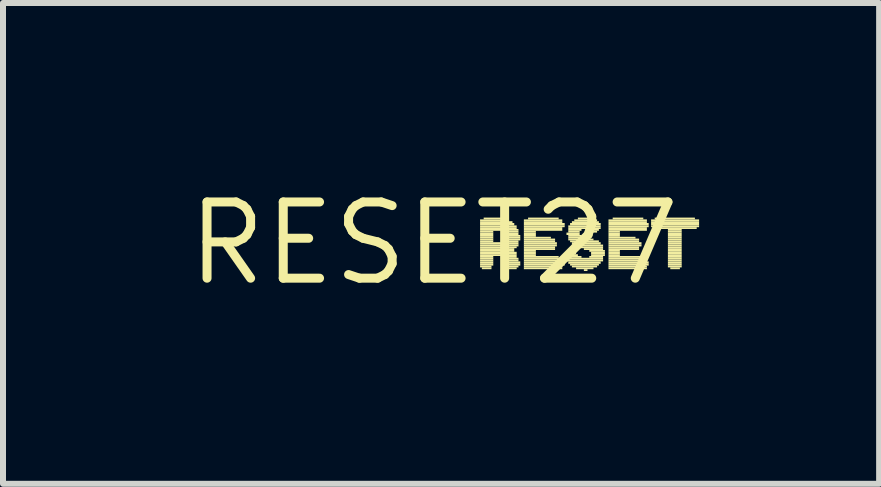
<source format=kicad_pcb>
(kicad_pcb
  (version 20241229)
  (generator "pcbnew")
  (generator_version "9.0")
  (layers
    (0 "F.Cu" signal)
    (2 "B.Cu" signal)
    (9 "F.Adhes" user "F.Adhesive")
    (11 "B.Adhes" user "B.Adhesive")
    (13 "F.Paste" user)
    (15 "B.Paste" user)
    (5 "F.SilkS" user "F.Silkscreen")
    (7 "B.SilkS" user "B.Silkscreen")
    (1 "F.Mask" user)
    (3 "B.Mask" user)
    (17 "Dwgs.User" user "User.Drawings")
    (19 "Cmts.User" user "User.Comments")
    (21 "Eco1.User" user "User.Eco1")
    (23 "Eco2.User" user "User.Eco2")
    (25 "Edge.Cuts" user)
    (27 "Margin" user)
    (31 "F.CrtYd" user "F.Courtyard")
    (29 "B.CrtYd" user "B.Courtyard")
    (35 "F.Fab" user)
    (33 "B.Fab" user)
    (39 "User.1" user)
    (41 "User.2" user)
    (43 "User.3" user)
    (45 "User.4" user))
  (footprint "RESET27"
    (layer "F.Cu")
    (at 4.18 1.006)
    (property "Reference" "RESET27" (at 0 0 0) (layer "F.SilkS") (effects (font (size 1.27 1.27) (thickness 0.15))))
    (fp_poly (pts (xy 0.77 -0.37) (xy 1.25 -0.37) (xy 1.25 -0.4) (xy 0.77 -0.4)) (stroke (width 0) (type default)) (fill yes) (layer "F.SilkS"))
    (fp_poly (pts (xy 0.77 -0.34) (xy 1.31 -0.34) (xy 1.31 -0.37) (xy 0.77 -0.37)) (stroke (width 0) (type default)) (fill yes) (layer "F.SilkS"))
    (fp_poly (pts (xy 0.77 -0.3) (xy 1.34 -0.3) (xy 1.34 -0.34) (xy 0.77 -0.34)) (stroke (width 0) (type default)) (fill yes) (layer "F.SilkS"))
    (fp_poly (pts (xy 0.77 -0.27) (xy 1.38 -0.27) (xy 1.38 -0.3) (xy 0.77 -0.3)) (stroke (width 0) (type default)) (fill yes) (layer "F.SilkS"))
    (fp_poly (pts (xy 0.77 -0.24) (xy 1.38 -0.24) (xy 1.38 -0.27) (xy 0.77 -0.27)) (stroke (width 0) (type default)) (fill yes) (layer "F.SilkS"))
    (fp_poly (pts (xy 0.77 -0.21) (xy 1.41 -0.21) (xy 1.41 -0.24) (xy 0.77 -0.24)) (stroke (width 0) (type default)) (fill yes) (layer "F.SilkS"))
    (fp_poly (pts (xy 0.77 -0.18) (xy 0.99 -0.18) (xy 0.99 -0.21) (xy 0.77 -0.21)) (stroke (width 0) (type default)) (fill yes) (layer "F.SilkS"))
    (fp_poly (pts (xy 0.77 -0.14) (xy 0.99 -0.14) (xy 0.99 -0.18) (xy 0.77 -0.18)) (stroke (width 0) (type default)) (fill yes) (layer "F.SilkS"))
    (fp_poly (pts (xy 0.77 -0.11) (xy 0.99 -0.11) (xy 0.99 -0.14) (xy 0.77 -0.14)) (stroke (width 0) (type default)) (fill yes) (layer "F.SilkS"))
    (fp_poly (pts (xy 0.77 -0.08) (xy 0.99 -0.08) (xy 0.99 -0.11) (xy 0.77 -0.11)) (stroke (width 0) (type default)) (fill yes) (layer "F.SilkS"))
    (fp_poly (pts (xy 0.77 -0.05) (xy 0.99 -0.05) (xy 0.99 -0.08) (xy 0.77 -0.08)) (stroke (width 0) (type default)) (fill yes) (layer "F.SilkS"))
    (fp_poly (pts (xy 0.77 -0.02) (xy 0.99 -0.02) (xy 0.99 -0.05) (xy 0.77 -0.05)) (stroke (width 0) (type default)) (fill yes) (layer "F.SilkS"))
    (fp_poly (pts (xy 0.77 0.02) (xy 1.41 0.02) (xy 1.41 -0.02) (xy 0.77 -0.02)) (stroke (width 0) (type default)) (fill yes) (layer "F.SilkS"))
    (fp_poly (pts (xy 0.77 0.05) (xy 1.41 0.05) (xy 1.41 0.02) (xy 0.77 0.02)) (stroke (width 0) (type default)) (fill yes) (layer "F.SilkS"))
    (fp_poly (pts (xy 0.77 0.08) (xy 1.38 0.08) (xy 1.38 0.05) (xy 0.77 0.05)) (stroke (width 0) (type default)) (fill yes) (layer "F.SilkS"))
    (fp_poly (pts (xy 0.77 0.11) (xy 1.34 0.11) (xy 1.34 0.08) (xy 0.77 0.08)) (stroke (width 0) (type default)) (fill yes) (layer "F.SilkS"))
    (fp_poly (pts (xy 0.77 0.14) (xy 1.34 0.14) (xy 1.34 0.11) (xy 0.77 0.11)) (stroke (width 0) (type default)) (fill yes) (layer "F.SilkS"))
    (fp_poly (pts (xy 0.77 0.18) (xy 1.38 0.18) (xy 1.38 0.14) (xy 0.77 0.14)) (stroke (width 0) (type default)) (fill yes) (layer "F.SilkS"))
    (fp_poly (pts (xy 0.77 0.21) (xy 1.38 0.21) (xy 1.38 0.18) (xy 0.77 0.18)) (stroke (width 0) (type default)) (fill yes) (layer "F.SilkS"))
    (fp_poly (pts (xy 0.77 0.24) (xy 0.99 0.24) (xy 0.99 0.21) (xy 0.77 0.21)) (stroke (width 0) (type default)) (fill yes) (layer "F.SilkS"))
    (fp_poly (pts (xy 0.77 0.27) (xy 0.99 0.27) (xy 0.99 0.24) (xy 0.77 0.24)) (stroke (width 0) (type default)) (fill yes) (layer "F.SilkS"))
    (fp_poly (pts (xy 0.77 0.3) (xy 0.99 0.3) (xy 0.99 0.27) (xy 0.77 0.27)) (stroke (width 0) (type default)) (fill yes) (layer "F.SilkS"))
    (fp_poly (pts (xy 0.77 0.34) (xy 0.99 0.34) (xy 0.99 0.3) (xy 0.77 0.3)) (stroke (width 0) (type default)) (fill yes) (layer "F.SilkS"))
    (fp_poly (pts (xy 0.77 0.37) (xy 0.99 0.37) (xy 0.99 0.34) (xy 0.77 0.34)) (stroke (width 0) (type default)) (fill yes) (layer "F.SilkS"))
    (fp_poly (pts (xy 0.77 0.4) (xy 0.96 0.4) (xy 0.96 0.37) (xy 0.77 0.37)) (stroke (width 0) (type default)) (fill yes) (layer "F.SilkS"))
    (fp_poly (pts (xy 0.8 0.43) (xy 0.96 0.43) (xy 0.96 0.4) (xy 0.8 0.4)) (stroke (width 0) (type default)) (fill yes) (layer "F.SilkS"))
    (fp_poly (pts (xy 0.83 -0.4) (xy 1.15 -0.4) (xy 1.15 -0.43) (xy 0.83 -0.43)) (stroke (width 0) (type default)) (fill yes) (layer "F.SilkS"))
    (fp_poly (pts (xy 1.15 -0.18) (xy 1.41 -0.18) (xy 1.41 -0.21) (xy 1.15 -0.21)) (stroke (width 0) (type default)) (fill yes) (layer "F.SilkS"))
    (fp_poly (pts (xy 1.15 0.24) (xy 1.38 0.24) (xy 1.38 0.21) (xy 1.15 0.21)) (stroke (width 0) (type default)) (fill yes) (layer "F.SilkS"))
    (fp_poly (pts (xy 1.18 -0.14) (xy 1.41 -0.14) (xy 1.41 -0.18) (xy 1.18 -0.18)) (stroke (width 0) (type default)) (fill yes) (layer "F.SilkS"))
    (fp_poly (pts (xy 1.18 -0.02) (xy 1.41 -0.02) (xy 1.41 -0.05) (xy 1.18 -0.05)) (stroke (width 0) (type default)) (fill yes) (layer "F.SilkS"))
    (fp_poly (pts (xy 1.18 0.27) (xy 1.41 0.27) (xy 1.41 0.24) (xy 1.18 0.24)) (stroke (width 0) (type default)) (fill yes) (layer "F.SilkS"))
    (fp_poly (pts (xy 1.18 0.3) (xy 1.41 0.3) (xy 1.41 0.27) (xy 1.18 0.27)) (stroke (width 0) (type default)) (fill yes) (layer "F.SilkS"))
    (fp_poly (pts (xy 1.18 0.34) (xy 1.44 0.34) (xy 1.44 0.3) (xy 1.18 0.3)) (stroke (width 0) (type default)) (fill yes) (layer "F.SilkS"))
    (fp_poly (pts (xy 1.22 -0.11) (xy 1.44 -0.11) (xy 1.44 -0.14) (xy 1.22 -0.14)) (stroke (width 0) (type default)) (fill yes) (layer "F.SilkS"))
    (fp_poly (pts (xy 1.22 -0.08) (xy 1.44 -0.08) (xy 1.44 -0.11) (xy 1.22 -0.11)) (stroke (width 0) (type default)) (fill yes) (layer "F.SilkS"))
    (fp_poly (pts (xy 1.22 -0.05) (xy 1.44 -0.05) (xy 1.44 -0.08) (xy 1.22 -0.08)) (stroke (width 0) (type default)) (fill yes) (layer "F.SilkS"))
    (fp_poly (pts (xy 1.22 0.37) (xy 1.44 0.37) (xy 1.44 0.34) (xy 1.22 0.34)) (stroke (width 0) (type default)) (fill yes) (layer "F.SilkS"))
    (fp_poly (pts (xy 1.22 0.4) (xy 1.41 0.4) (xy 1.41 0.37) (xy 1.22 0.37)) (stroke (width 0) (type default)) (fill yes) (layer "F.SilkS"))
    (fp_poly (pts (xy 1.25 0.43) (xy 1.38 0.43) (xy 1.38 0.4) (xy 1.25 0.4)) (stroke (width 0) (type default)) (fill yes) (layer "F.SilkS"))
    (fp_poly (pts (xy 1.5 -0.37) (xy 2.14 -0.37) (xy 2.14 -0.4) (xy 1.5 -0.4)) (stroke (width 0) (type default)) (fill yes) (layer "F.SilkS"))
    (fp_poly (pts (xy 1.5 -0.34) (xy 2.14 -0.34) (xy 2.14 -0.37) (xy 1.5 -0.37)) (stroke (width 0) (type default)) (fill yes) (layer "F.SilkS"))
    (fp_poly (pts (xy 1.5 -0.3) (xy 2.18 -0.3) (xy 2.18 -0.34) (xy 1.5 -0.34)) (stroke (width 0) (type default)) (fill yes) (layer "F.SilkS"))
    (fp_poly (pts (xy 1.5 -0.27) (xy 2.18 -0.27) (xy 2.18 -0.3) (xy 1.5 -0.3)) (stroke (width 0) (type default)) (fill yes) (layer "F.SilkS"))
    (fp_poly (pts (xy 1.5 -0.24) (xy 2.14 -0.24) (xy 2.14 -0.27) (xy 1.5 -0.27)) (stroke (width 0) (type default)) (fill yes) (layer "F.SilkS"))
    (fp_poly (pts (xy 1.5 -0.21) (xy 2.14 -0.21) (xy 2.14 -0.24) (xy 1.5 -0.24)) (stroke (width 0) (type default)) (fill yes) (layer "F.SilkS"))
    (fp_poly (pts (xy 1.5 -0.18) (xy 1.7 -0.18) (xy 1.7 -0.21) (xy 1.5 -0.21)) (stroke (width 0) (type default)) (fill yes) (layer "F.SilkS"))
    (fp_poly (pts (xy 1.5 -0.14) (xy 1.7 -0.14) (xy 1.7 -0.18) (xy 1.5 -0.18)) (stroke (width 0) (type default)) (fill yes) (layer "F.SilkS"))
    (fp_poly (pts (xy 1.5 -0.11) (xy 1.7 -0.11) (xy 1.7 -0.14) (xy 1.5 -0.14)) (stroke (width 0) (type default)) (fill yes) (layer "F.SilkS"))
    (fp_poly (pts (xy 1.5 -0.08) (xy 1.95 -0.08) (xy 1.95 -0.11) (xy 1.5 -0.11)) (stroke (width 0) (type default)) (fill yes) (layer "F.SilkS"))
    (fp_poly (pts (xy 1.5 -0.05) (xy 2.02 -0.05) (xy 2.02 -0.08) (xy 1.5 -0.08)) (stroke (width 0) (type default)) (fill yes) (layer "F.SilkS"))
    (fp_poly (pts (xy 1.5 -0.02) (xy 2.02 -0.02) (xy 2.02 -0.05) (xy 1.5 -0.05)) (stroke (width 0) (type default)) (fill yes) (layer "F.SilkS"))
    (fp_poly (pts (xy 1.5 0.02) (xy 2.05 0.02) (xy 2.05 -0.02) (xy 1.5 -0.02)) (stroke (width 0) (type default)) (fill yes) (layer "F.SilkS"))
    (fp_poly (pts (xy 1.5 0.05) (xy 2.05 0.05) (xy 2.05 0.02) (xy 1.5 0.02)) (stroke (width 0) (type default)) (fill yes) (layer "F.SilkS"))
    (fp_poly (pts (xy 1.5 0.08) (xy 2.02 0.08) (xy 2.02 0.05) (xy 1.5 0.05)) (stroke (width 0) (type default)) (fill yes) (layer "F.SilkS"))
    (fp_poly (pts (xy 1.5 0.11) (xy 2.02 0.11) (xy 2.02 0.08) (xy 1.5 0.08)) (stroke (width 0) (type default)) (fill yes) (layer "F.SilkS"))
    (fp_poly (pts (xy 1.5 0.14) (xy 1.7 0.14) (xy 1.7 0.11) (xy 1.5 0.11)) (stroke (width 0) (type default)) (fill yes) (layer "F.SilkS"))
    (fp_poly (pts (xy 1.5 0.18) (xy 1.7 0.18) (xy 1.7 0.14) (xy 1.5 0.14)) (stroke (width 0) (type default)) (fill yes) (layer "F.SilkS"))
    (fp_poly (pts (xy 1.5 0.21) (xy 1.7 0.21) (xy 1.7 0.18) (xy 1.5 0.18)) (stroke (width 0) (type default)) (fill yes) (layer "F.SilkS"))
    (fp_poly (pts (xy 1.5 0.24) (xy 2.08 0.24) (xy 2.08 0.21) (xy 1.5 0.21)) (stroke (width 0) (type default)) (fill yes) (layer "F.SilkS"))
    (fp_poly (pts (xy 1.5 0.27) (xy 2.14 0.27) (xy 2.14 0.24) (xy 1.5 0.24)) (stroke (width 0) (type default)) (fill yes) (layer "F.SilkS"))
    (fp_poly (pts (xy 1.5 0.3) (xy 2.14 0.3) (xy 2.14 0.27) (xy 1.5 0.27)) (stroke (width 0) (type default)) (fill yes) (layer "F.SilkS"))
    (fp_poly (pts (xy 1.5 0.34) (xy 2.18 0.34) (xy 2.18 0.3) (xy 1.5 0.3)) (stroke (width 0) (type default)) (fill yes) (layer "F.SilkS"))
    (fp_poly (pts (xy 1.5 0.37) (xy 2.18 0.37) (xy 2.18 0.34) (xy 1.5 0.34)) (stroke (width 0) (type default)) (fill yes) (layer "F.SilkS"))
    (fp_poly (pts (xy 1.5 0.4) (xy 2.14 0.4) (xy 2.14 0.37) (xy 1.5 0.37)) (stroke (width 0) (type default)) (fill yes) (layer "F.SilkS"))
    (fp_poly (pts (xy 1.5 0.43) (xy 2.14 0.43) (xy 2.14 0.4) (xy 1.5 0.4)) (stroke (width 0) (type default)) (fill yes) (layer "F.SilkS"))
    (fp_poly (pts (xy 1.57 -0.4) (xy 2.08 -0.4) (xy 2.08 -0.43) (xy 1.57 -0.43)) (stroke (width 0) (type default)) (fill yes) (layer "F.SilkS"))
    (fp_poly (pts (xy 2.21 -0.14) (xy 2.43 -0.14) (xy 2.43 -0.18) (xy 2.21 -0.18)) (stroke (width 0) (type default)) (fill yes) (layer "F.SilkS"))
    (fp_poly (pts (xy 2.21 0.24) (xy 2.46 0.24) (xy 2.46 0.21) (xy 2.21 0.21)) (stroke (width 0) (type default)) (fill yes) (layer "F.SilkS"))
    (fp_poly (pts (xy 2.21 0.27) (xy 2.82 0.27) (xy 2.82 0.24) (xy 2.21 0.24)) (stroke (width 0) (type default)) (fill yes) (layer "F.SilkS"))
    (fp_poly (pts (xy 2.21 0.3) (xy 2.82 0.3) (xy 2.82 0.27) (xy 2.21 0.27)) (stroke (width 0) (type default)) (fill yes) (layer "F.SilkS"))
    (fp_poly (pts (xy 2.24 -0.27) (xy 2.78 -0.27) (xy 2.78 -0.3) (xy 2.24 -0.3)) (stroke (width 0) (type default)) (fill yes) (layer "F.SilkS"))
    (fp_poly (pts (xy 2.24 -0.24) (xy 2.78 -0.24) (xy 2.78 -0.27) (xy 2.24 -0.27)) (stroke (width 0) (type default)) (fill yes) (layer "F.SilkS"))
    (fp_poly (pts (xy 2.24 -0.21) (xy 2.46 -0.21) (xy 2.46 -0.24) (xy 2.24 -0.24)) (stroke (width 0) (type default)) (fill yes) (layer "F.SilkS"))
    (fp_poly (pts (xy 2.24 -0.18) (xy 2.43 -0.18) (xy 2.43 -0.21) (xy 2.24 -0.21)) (stroke (width 0) (type default)) (fill yes) (layer "F.SilkS"))
    (fp_poly (pts (xy 2.24 -0.11) (xy 2.46 -0.11) (xy 2.46 -0.14) (xy 2.24 -0.14)) (stroke (width 0) (type default)) (fill yes) (layer "F.SilkS"))
    (fp_poly (pts (xy 2.24 -0.08) (xy 2.53 -0.08) (xy 2.53 -0.11) (xy 2.24 -0.11)) (stroke (width 0) (type default)) (fill yes) (layer "F.SilkS"))
    (fp_poly (pts (xy 2.24 -0.05) (xy 2.66 -0.05) (xy 2.66 -0.08) (xy 2.24 -0.08)) (stroke (width 0) (type default)) (fill yes) (layer "F.SilkS"))
    (fp_poly (pts (xy 2.24 0.21) (xy 2.4 0.21) (xy 2.4 0.18) (xy 2.24 0.18)) (stroke (width 0) (type default)) (fill yes) (layer "F.SilkS"))
    (fp_poly (pts (xy 2.24 0.34) (xy 2.78 0.34) (xy 2.78 0.3) (xy 2.24 0.3)) (stroke (width 0) (type default)) (fill yes) (layer "F.SilkS"))
    (fp_poly (pts (xy 2.27 -0.3) (xy 2.78 -0.3) (xy 2.78 -0.34) (xy 2.27 -0.34)) (stroke (width 0) (type default)) (fill yes) (layer "F.SilkS"))
    (fp_poly (pts (xy 2.27 -0.02) (xy 2.75 -0.02) (xy 2.75 -0.05) (xy 2.27 -0.05)) (stroke (width 0) (type default)) (fill yes) (layer "F.SilkS"))
    (fp_poly (pts (xy 2.27 0.18) (xy 2.37 0.18) (xy 2.37 0.14) (xy 2.27 0.14)) (stroke (width 0) (type default)) (fill yes) (layer "F.SilkS"))
    (fp_poly (pts (xy 2.27 0.37) (xy 2.75 0.37) (xy 2.75 0.34) (xy 2.27 0.34)) (stroke (width 0) (type default)) (fill yes) (layer "F.SilkS"))
    (fp_poly (pts (xy 2.3 -0.34) (xy 2.75 -0.34) (xy 2.75 -0.37) (xy 2.3 -0.37)) (stroke (width 0) (type default)) (fill yes) (layer "F.SilkS"))
    (fp_poly (pts (xy 2.3 0.02) (xy 2.78 0.02) (xy 2.78 -0.02) (xy 2.3 -0.02)) (stroke (width 0) (type default)) (fill yes) (layer "F.SilkS"))
    (fp_poly (pts (xy 2.3 0.4) (xy 2.72 0.4) (xy 2.72 0.37) (xy 2.3 0.37)) (stroke (width 0) (type default)) (fill yes) (layer "F.SilkS"))
    (fp_poly (pts (xy 2.34 -0.37) (xy 2.72 -0.37) (xy 2.72 -0.4) (xy 2.34 -0.4)) (stroke (width 0) (type default)) (fill yes) (layer "F.SilkS"))
    (fp_poly (pts (xy 2.34 0.05) (xy 2.82 0.05) (xy 2.82 0.02) (xy 2.34 0.02)) (stroke (width 0) (type default)) (fill yes) (layer "F.SilkS"))
    (fp_poly (pts (xy 2.37 0.43) (xy 2.66 0.43) (xy 2.66 0.4) (xy 2.37 0.4)) (stroke (width 0) (type default)) (fill yes) (layer "F.SilkS"))
    (fp_poly (pts (xy 2.4 -0.4) (xy 2.62 -0.4) (xy 2.62 -0.43) (xy 2.4 -0.43)) (stroke (width 0) (type default)) (fill yes) (layer "F.SilkS"))
    (fp_poly (pts (xy 2.4 0.08) (xy 2.82 0.08) (xy 2.82 0.05) (xy 2.4 0.05)) (stroke (width 0) (type default)) (fill yes) (layer "F.SilkS"))
    (fp_poly (pts (xy 2.5 0.11) (xy 2.82 0.11) (xy 2.82 0.08) (xy 2.5 0.08)) (stroke (width 0) (type default)) (fill yes) (layer "F.SilkS"))
    (fp_poly (pts (xy 2.5 0.46) (xy 2.56 0.46) (xy 2.56 0.43) (xy 2.5 0.43)) (stroke (width 0) (type default)) (fill yes) (layer "F.SilkS"))
    (fp_poly (pts (xy 2.56 -0.21) (xy 2.75 -0.21) (xy 2.75 -0.24) (xy 2.56 -0.24)) (stroke (width 0) (type default)) (fill yes) (layer "F.SilkS"))
    (fp_poly (pts (xy 2.59 0.14) (xy 2.85 0.14) (xy 2.85 0.11) (xy 2.59 0.11)) (stroke (width 0) (type default)) (fill yes) (layer "F.SilkS"))
    (fp_poly (pts (xy 2.59 0.24) (xy 2.82 0.24) (xy 2.82 0.21) (xy 2.59 0.21)) (stroke (width 0) (type default)) (fill yes) (layer "F.SilkS"))
    (fp_poly (pts (xy 2.62 -0.18) (xy 2.72 -0.18) (xy 2.72 -0.21) (xy 2.62 -0.21)) (stroke (width 0) (type default)) (fill yes) (layer "F.SilkS"))
    (fp_poly (pts (xy 2.62 0.18) (xy 2.85 0.18) (xy 2.85 0.14) (xy 2.62 0.14)) (stroke (width 0) (type default)) (fill yes) (layer "F.SilkS"))
    (fp_poly (pts (xy 2.62 0.21) (xy 2.85 0.21) (xy 2.85 0.18) (xy 2.62 0.18)) (stroke (width 0) (type default)) (fill yes) (layer "F.SilkS"))
    (fp_poly (pts (xy 2.91 -0.37) (xy 3.55 -0.37) (xy 3.55 -0.4) (xy 2.91 -0.4)) (stroke (width 0) (type default)) (fill yes) (layer "F.SilkS"))
    (fp_poly (pts (xy 2.91 -0.34) (xy 3.55 -0.34) (xy 3.55 -0.37) (xy 2.91 -0.37)) (stroke (width 0) (type default)) (fill yes) (layer "F.SilkS"))
    (fp_poly (pts (xy 2.91 -0.3) (xy 3.58 -0.3) (xy 3.58 -0.34) (xy 2.91 -0.34)) (stroke (width 0) (type default)) (fill yes) (layer "F.SilkS"))
    (fp_poly (pts (xy 2.91 -0.27) (xy 3.58 -0.27) (xy 3.58 -0.3) (xy 2.91 -0.3)) (stroke (width 0) (type default)) (fill yes) (layer "F.SilkS"))
    (fp_poly (pts (xy 2.91 -0.24) (xy 3.55 -0.24) (xy 3.55 -0.27) (xy 2.91 -0.27)) (stroke (width 0) (type default)) (fill yes) (layer "F.SilkS"))
    (fp_poly (pts (xy 2.91 -0.21) (xy 3.55 -0.21) (xy 3.55 -0.24) (xy 2.91 -0.24)) (stroke (width 0) (type default)) (fill yes) (layer "F.SilkS"))
    (fp_poly (pts (xy 2.91 -0.18) (xy 3.1 -0.18) (xy 3.1 -0.21) (xy 2.91 -0.21)) (stroke (width 0) (type default)) (fill yes) (layer "F.SilkS"))
    (fp_poly (pts (xy 2.91 -0.14) (xy 3.1 -0.14) (xy 3.1 -0.18) (xy 2.91 -0.18)) (stroke (width 0) (type default)) (fill yes) (layer "F.SilkS"))
    (fp_poly (pts (xy 2.91 -0.11) (xy 3.1 -0.11) (xy 3.1 -0.14) (xy 2.91 -0.14)) (stroke (width 0) (type default)) (fill yes) (layer "F.SilkS"))
    (fp_poly (pts (xy 2.91 -0.08) (xy 3.36 -0.08) (xy 3.36 -0.11) (xy 2.91 -0.11)) (stroke (width 0) (type default)) (fill yes) (layer "F.SilkS"))
    (fp_poly (pts (xy 2.91 -0.05) (xy 3.42 -0.05) (xy 3.42 -0.08) (xy 2.91 -0.08)) (stroke (width 0) (type default)) (fill yes) (layer "F.SilkS"))
    (fp_poly (pts (xy 2.91 -0.02) (xy 3.42 -0.02) (xy 3.42 -0.05) (xy 2.91 -0.05)) (stroke (width 0) (type default)) (fill yes) (layer "F.SilkS"))
    (fp_poly (pts (xy 2.91 0.02) (xy 3.46 0.02) (xy 3.46 -0.02) (xy 2.91 -0.02)) (stroke (width 0) (type default)) (fill yes) (layer "F.SilkS"))
    (fp_poly (pts (xy 2.91 0.05) (xy 3.46 0.05) (xy 3.46 0.02) (xy 2.91 0.02)) (stroke (width 0) (type default)) (fill yes) (layer "F.SilkS"))
    (fp_poly (pts (xy 2.91 0.08) (xy 3.42 0.08) (xy 3.42 0.05) (xy 2.91 0.05)) (stroke (width 0) (type default)) (fill yes) (layer "F.SilkS"))
    (fp_poly (pts (xy 2.91 0.11) (xy 3.42 0.11) (xy 3.42 0.08) (xy 2.91 0.08)) (stroke (width 0) (type default)) (fill yes) (layer "F.SilkS"))
    (fp_poly (pts (xy 2.91 0.14) (xy 3.1 0.14) (xy 3.1 0.11) (xy 2.91 0.11)) (stroke (width 0) (type default)) (fill yes) (layer "F.SilkS"))
    (fp_poly (pts (xy 2.91 0.18) (xy 3.1 0.18) (xy 3.1 0.14) (xy 2.91 0.14)) (stroke (width 0) (type default)) (fill yes) (layer "F.SilkS"))
    (fp_poly (pts (xy 2.91 0.21) (xy 3.1 0.21) (xy 3.1 0.18) (xy 2.91 0.18)) (stroke (width 0) (type default)) (fill yes) (layer "F.SilkS"))
    (fp_poly (pts (xy 2.91 0.24) (xy 3.49 0.24) (xy 3.49 0.21) (xy 2.91 0.21)) (stroke (width 0) (type default)) (fill yes) (layer "F.SilkS"))
    (fp_poly (pts (xy 2.91 0.27) (xy 3.55 0.27) (xy 3.55 0.24) (xy 2.91 0.24)) (stroke (width 0) (type default)) (fill yes) (layer "F.SilkS"))
    (fp_poly (pts (xy 2.91 0.3) (xy 3.55 0.3) (xy 3.55 0.27) (xy 2.91 0.27)) (stroke (width 0) (type default)) (fill yes) (layer "F.SilkS"))
    (fp_poly (pts (xy 2.91 0.34) (xy 3.58 0.34) (xy 3.58 0.3) (xy 2.91 0.3)) (stroke (width 0) (type default)) (fill yes) (layer "F.SilkS"))
    (fp_poly (pts (xy 2.91 0.37) (xy 3.58 0.37) (xy 3.58 0.34) (xy 2.91 0.34)) (stroke (width 0) (type default)) (fill yes) (layer "F.SilkS"))
    (fp_poly (pts (xy 2.91 0.4) (xy 3.55 0.4) (xy 3.55 0.37) (xy 2.91 0.37)) (stroke (width 0) (type default)) (fill yes) (layer "F.SilkS"))
    (fp_poly (pts (xy 2.91 0.43) (xy 3.55 0.43) (xy 3.55 0.4) (xy 2.91 0.4)) (stroke (width 0) (type default)) (fill yes) (layer "F.SilkS"))
    (fp_poly (pts (xy 2.98 -0.4) (xy 3.49 -0.4) (xy 3.49 -0.43) (xy 2.98 -0.43)) (stroke (width 0) (type default)) (fill yes) (layer "F.SilkS"))
    (fp_poly (pts (xy 3.62 -0.37) (xy 4.42 -0.37) (xy 4.42 -0.4) (xy 3.62 -0.4)) (stroke (width 0) (type default)) (fill yes) (layer "F.SilkS"))
    (fp_poly (pts (xy 3.62 -0.34) (xy 4.42 -0.34) (xy 4.42 -0.37) (xy 3.62 -0.37)) (stroke (width 0) (type default)) (fill yes) (layer "F.SilkS"))
    (fp_poly (pts (xy 3.62 -0.3) (xy 4.42 -0.3) (xy 4.42 -0.34) (xy 3.62 -0.34)) (stroke (width 0) (type default)) (fill yes) (layer "F.SilkS"))
    (fp_poly (pts (xy 3.62 -0.27) (xy 4.42 -0.27) (xy 4.42 -0.3) (xy 3.62 -0.3)) (stroke (width 0) (type default)) (fill yes) (layer "F.SilkS"))
    (fp_poly (pts (xy 3.65 -0.24) (xy 4.38 -0.24) (xy 4.38 -0.27) (xy 3.65 -0.27)) (stroke (width 0) (type default)) (fill yes) (layer "F.SilkS"))
    (fp_poly (pts (xy 3.68 -0.4) (xy 4.35 -0.4) (xy 4.35 -0.43) (xy 3.68 -0.43)) (stroke (width 0) (type default)) (fill yes) (layer "F.SilkS"))
    (fp_poly (pts (xy 3.9 -0.21) (xy 4.13 -0.21) (xy 4.13 -0.24) (xy 3.9 -0.24)) (stroke (width 0) (type default)) (fill yes) (layer "F.SilkS"))
    (fp_poly (pts (xy 3.9 -0.18) (xy 4.13 -0.18) (xy 4.13 -0.21) (xy 3.9 -0.21)) (stroke (width 0) (type default)) (fill yes) (layer "F.SilkS"))
    (fp_poly (pts (xy 3.9 -0.14) (xy 4.13 -0.14) (xy 4.13 -0.18) (xy 3.9 -0.18)) (stroke (width 0) (type default)) (fill yes) (layer "F.SilkS"))
    (fp_poly (pts (xy 3.9 -0.11) (xy 4.13 -0.11) (xy 4.13 -0.14) (xy 3.9 -0.14)) (stroke (width 0) (type default)) (fill yes) (layer "F.SilkS"))
    (fp_poly (pts (xy 3.9 -0.08) (xy 4.13 -0.08) (xy 4.13 -0.11) (xy 3.9 -0.11)) (stroke (width 0) (type default)) (fill yes) (layer "F.SilkS"))
    (fp_poly (pts (xy 3.9 -0.05) (xy 4.13 -0.05) (xy 4.13 -0.08) (xy 3.9 -0.08)) (stroke (width 0) (type default)) (fill yes) (layer "F.SilkS"))
    (fp_poly (pts (xy 3.9 -0.02) (xy 4.13 -0.02) (xy 4.13 -0.05) (xy 3.9 -0.05)) (stroke (width 0) (type default)) (fill yes) (layer "F.SilkS"))
    (fp_poly (pts (xy 3.9 0.02) (xy 4.13 0.02) (xy 4.13 -0.02) (xy 3.9 -0.02)) (stroke (width 0) (type default)) (fill yes) (layer "F.SilkS"))
    (fp_poly (pts (xy 3.9 0.05) (xy 4.13 0.05) (xy 4.13 0.02) (xy 3.9 0.02)) (stroke (width 0) (type default)) (fill yes) (layer "F.SilkS"))
    (fp_poly (pts (xy 3.9 0.08) (xy 4.13 0.08) (xy 4.13 0.05) (xy 3.9 0.05)) (stroke (width 0) (type default)) (fill yes) (layer "F.SilkS"))
    (fp_poly (pts (xy 3.9 0.11) (xy 4.13 0.11) (xy 4.13 0.08) (xy 3.9 0.08)) (stroke (width 0) (type default)) (fill yes) (layer "F.SilkS"))
    (fp_poly (pts (xy 3.9 0.14) (xy 4.13 0.14) (xy 4.13 0.11) (xy 3.9 0.11)) (stroke (width 0) (type default)) (fill yes) (layer "F.SilkS"))
    (fp_poly (pts (xy 3.9 0.18) (xy 4.13 0.18) (xy 4.13 0.14) (xy 3.9 0.14)) (stroke (width 0) (type default)) (fill yes) (layer "F.SilkS"))
    (fp_poly (pts (xy 3.9 0.21) (xy 4.13 0.21) (xy 4.13 0.18) (xy 3.9 0.18)) (stroke (width 0) (type default)) (fill yes) (layer "F.SilkS"))
    (fp_poly (pts (xy 3.9 0.24) (xy 4.13 0.24) (xy 4.13 0.21) (xy 3.9 0.21)) (stroke (width 0) (type default)) (fill yes) (layer "F.SilkS"))
    (fp_poly (pts (xy 3.9 0.27) (xy 4.13 0.27) (xy 4.13 0.24) (xy 3.9 0.24)) (stroke (width 0) (type default)) (fill yes) (layer "F.SilkS"))
    (fp_poly (pts (xy 3.9 0.3) (xy 4.13 0.3) (xy 4.13 0.27) (xy 3.9 0.27)) (stroke (width 0) (type default)) (fill yes) (layer "F.SilkS"))
    (fp_poly (pts (xy 3.9 0.34) (xy 4.13 0.34) (xy 4.13 0.3) (xy 3.9 0.3)) (stroke (width 0) (type default)) (fill yes) (layer "F.SilkS"))
    (fp_poly (pts (xy 3.9 0.37) (xy 4.13 0.37) (xy 4.13 0.34) (xy 3.9 0.34)) (stroke (width 0) (type default)) (fill yes) (layer "F.SilkS"))
    (fp_poly (pts (xy 3.9 0.4) (xy 4.13 0.4) (xy 4.13 0.37) (xy 3.9 0.37)) (stroke (width 0) (type default)) (fill yes) (layer "F.SilkS"))
    (fp_poly (pts (xy 3.94 0.43) (xy 4.1 0.43) (xy 4.1 0.4) (xy 3.94 0.4)) (stroke (width 0) (type default)) (fill yes) (layer "F.SilkS")))
  (gr_rect
    (start -3 -3)
    (end 11.6 5.012)
    (stroke (width 0.1) (type default))
    (fill no)
    (layer "Edge.Cuts")))
</source>
